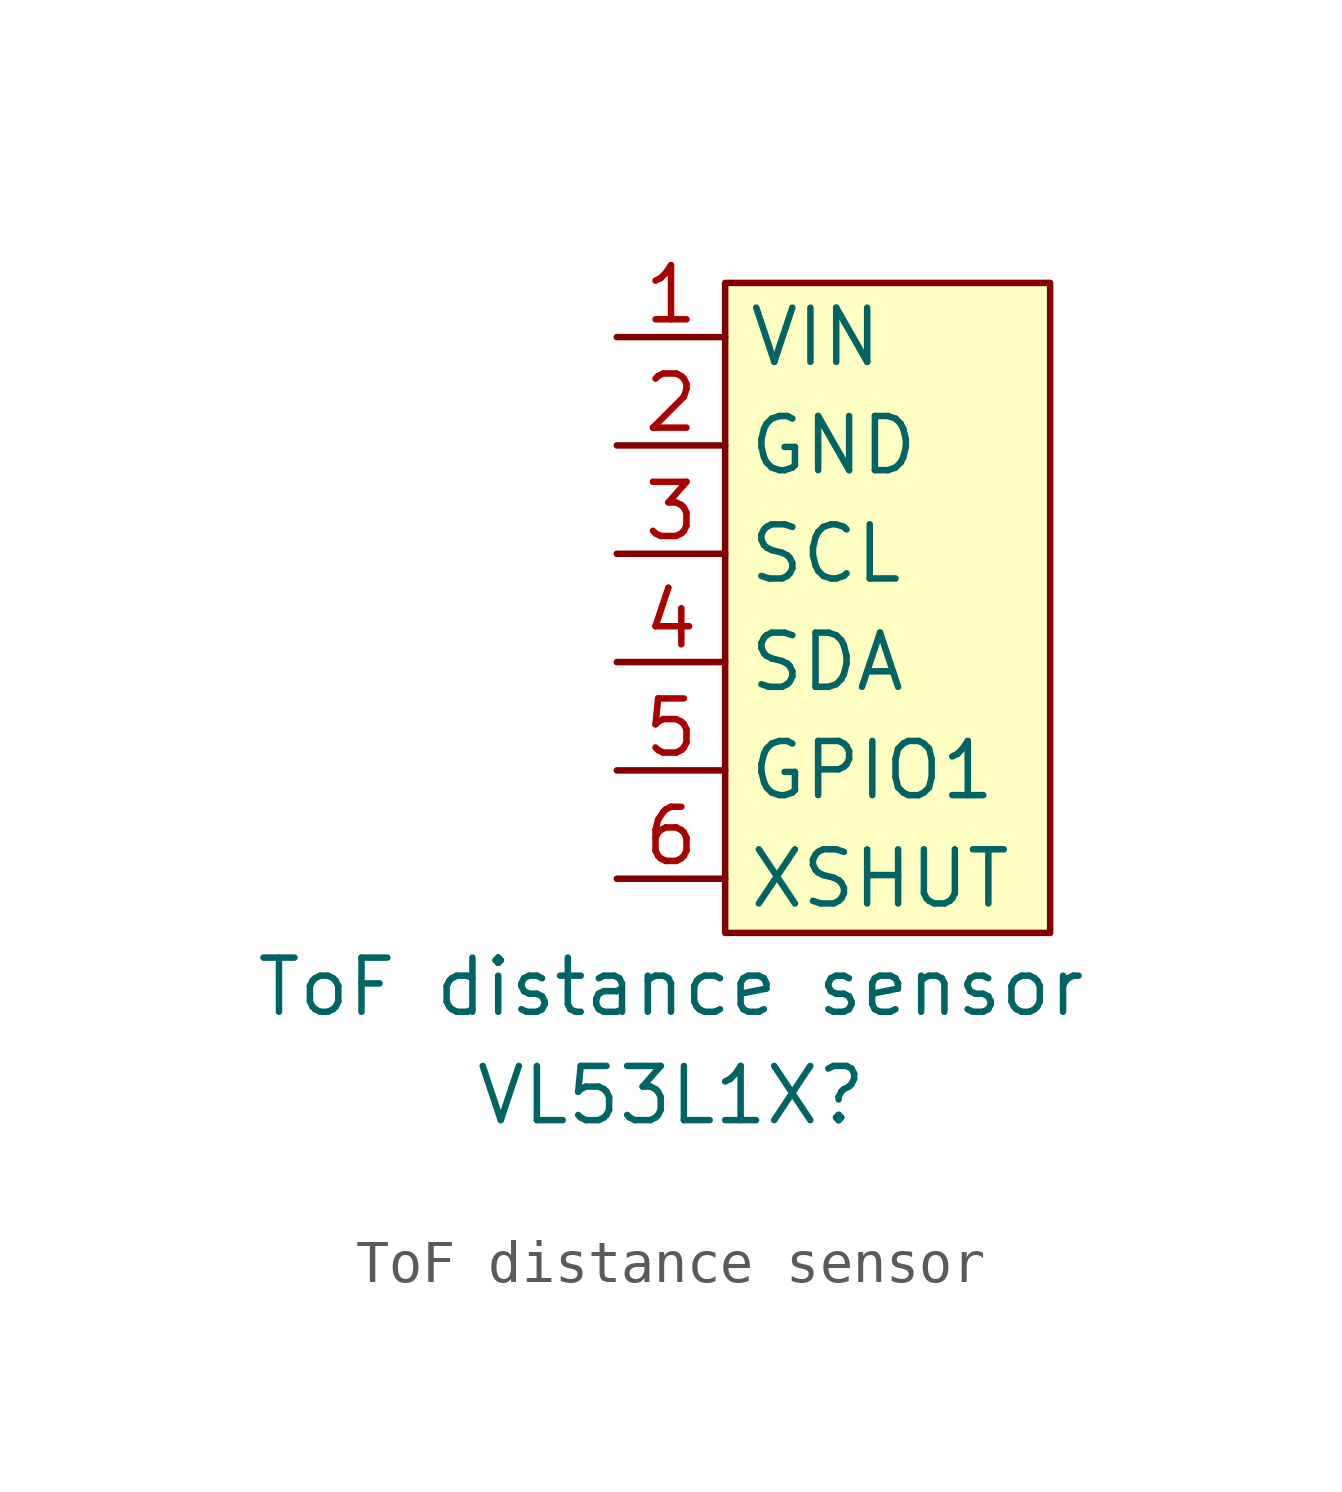
<source format=kicad_sym>
(kicad_symbol_lib
  (version 20211014)
  (generator kicad_symbol_editor)
  (symbol "ToF distance sensor"
    (property "Reference" "VL53L1X"
      (at 0 -11.43 0)
      (effects (font (size 1.27 1.27))))
    (property "Value" "ToF distance sensor"
      (at 0 -8.89 0)
      (effects (font (size 1.27 1.27))))
    (symbol "ToF distance sensor_0_1"
      (rectangle (start 1.27 7.62) (end 8.89 -7.62) (stroke (width 0) (type default) (color 0 0 0 0)) (fill (type background))))
    (symbol "ToF distance sensor_1_1"
      (pin input line (at -1.27 6.35 0) (length 2.54) (name "VIN" (effects (font (size 1.27 1.27)))) (number "1" (effects (font (size 1.27 1.27)))))
      (pin input line (at -1.27 3.81 0) (length 2.54) (name "GND" (effects (font (size 1.27 1.27)))) (number "2" (effects (font (size 1.27 1.27)))))
      (pin input line (at -1.27 1.27 0) (length 2.54) (name "SCL" (effects (font (size 1.27 1.27)))) (number "3" (effects (font (size 1.27 1.27)))))
      (pin input line (at -1.27 -1.27 0) (length 2.54) (name "SDA" (effects (font (size 1.27 1.27)))) (number "4" (effects (font (size 1.27 1.27)))))
      (pin input line (at -1.27 -3.81 0) (length 2.54) (name "GPIO1" (effects (font (size 1.27 1.27)))) (number "5" (effects (font (size 1.27 1.27)))))
      (pin input line (at -1.27 -6.35 0) (length 2.54) (name "XSHUT" (effects (font (size 1.27 1.27)))) (number "6" (effects (font (size 1.27 1.27))))))))
</source>
